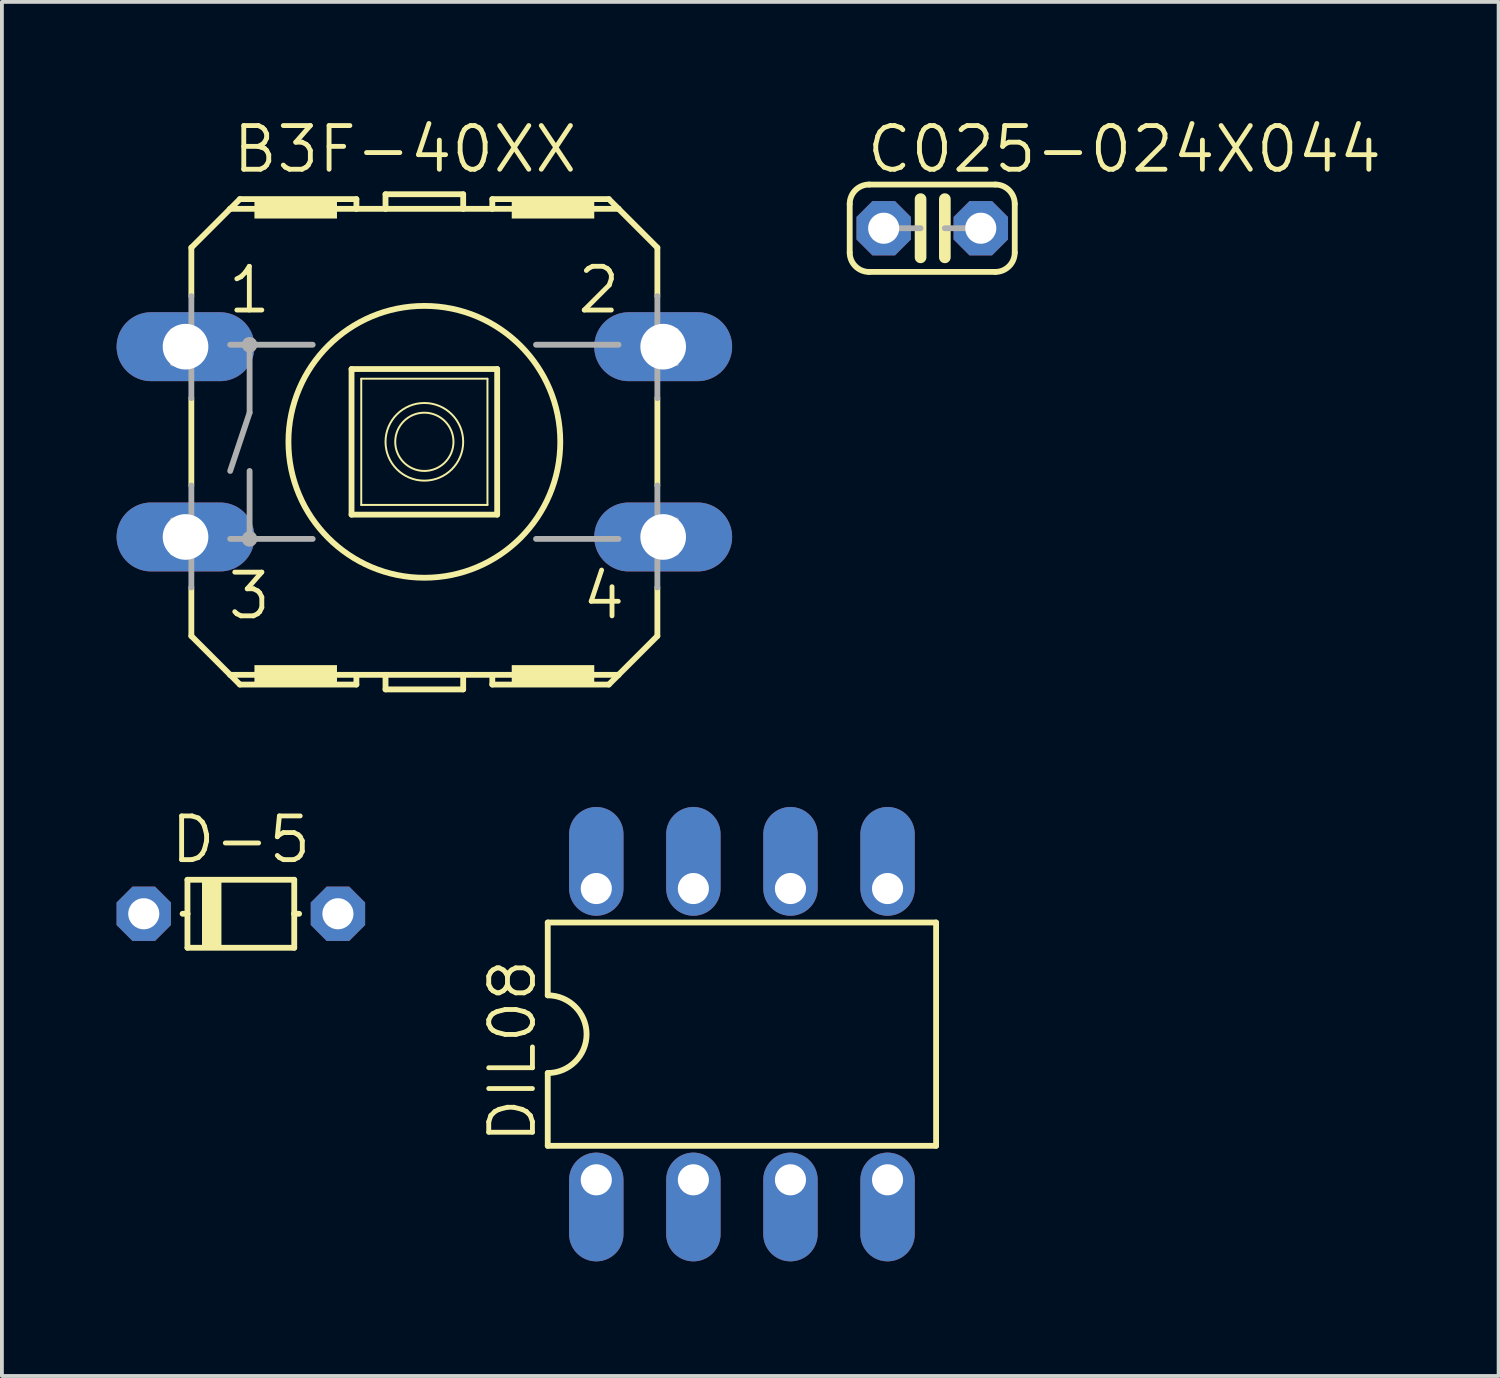
<source format=kicad_pcb>
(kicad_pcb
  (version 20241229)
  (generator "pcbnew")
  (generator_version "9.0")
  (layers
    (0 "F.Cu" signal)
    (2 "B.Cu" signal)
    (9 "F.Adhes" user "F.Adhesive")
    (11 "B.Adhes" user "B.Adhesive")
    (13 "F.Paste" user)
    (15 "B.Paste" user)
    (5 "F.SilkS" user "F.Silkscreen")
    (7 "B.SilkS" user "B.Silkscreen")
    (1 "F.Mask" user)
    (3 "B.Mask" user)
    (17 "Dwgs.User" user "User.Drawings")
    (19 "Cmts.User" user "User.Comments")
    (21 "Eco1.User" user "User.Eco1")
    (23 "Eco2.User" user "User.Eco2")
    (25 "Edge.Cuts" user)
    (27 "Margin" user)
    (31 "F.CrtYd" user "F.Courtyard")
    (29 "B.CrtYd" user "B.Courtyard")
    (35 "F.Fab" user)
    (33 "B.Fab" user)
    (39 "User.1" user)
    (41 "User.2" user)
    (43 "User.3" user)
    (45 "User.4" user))
  (footprint "C025-024X044"
    (layer "F.Cu")
    (at 21.339 2.921)
    (property "Reference" "C025-024X044" (at -1.778 -1.397 0) (layer "F.SilkS") (effects (font (size 1.143 1.143) (thickness 0.127)) (justify left bottom)))
    (fp_line (start -2.159 0.635) (end -2.159 -0.635) (stroke (width 0.152) (type solid)) (layer "F.SilkS"))
    (fp_line (start -0.305 -0.762) (end -0.305 0.762) (stroke (width 0.305) (type solid)) (layer "F.SilkS"))
    (fp_line (start 0.33 -0.762) (end 0.33 0.762) (stroke (width 0.305) (type solid)) (layer "F.SilkS"))
    (fp_line (start 1.651 -1.143) (end -1.651 -1.143) (stroke (width 0.152) (type solid)) (layer "F.SilkS"))
    (fp_line (start 1.651 1.143) (end -1.651 1.143) (stroke (width 0.152) (type solid)) (layer "F.SilkS"))
    (fp_line (start 2.159 0.635) (end 2.159 -0.635) (stroke (width 0.152) (type solid)) (layer "F.SilkS"))
    (fp_arc (start -2.159 -0.635) (mid -2.01021 -0.99421) (end -1.651 -1.143) (stroke (width 0.1524) (type solid)) (layer "F.SilkS"))
    (fp_arc (start -1.651 1.143) (mid -2.01021 0.99421) (end -2.159 0.635) (stroke (width 0.1524) (type solid)) (layer "F.SilkS"))
    (fp_arc (start 1.651 -1.143) (mid 2.01021 -0.99421) (end 2.159 -0.635) (stroke (width 0.1524) (type solid)) (layer "F.SilkS"))
    (fp_arc (start 2.159 0.635) (mid 2.01021 0.99421) (end 1.651 1.143) (stroke (width 0.1524) (type solid)) (layer "F.SilkS"))
    (fp_line (start -1.27 0) (end -0.305 0) (stroke (width 0.152) (type solid)) (layer "F.Fab"))
    (fp_line (start 1.27 0) (end 0.33 0) (stroke (width 0.152) (type solid)) (layer "F.Fab"))
    (pad "1" thru_hole roundrect (at -1.27 0) (size 1.422 1.422) (drill 0.813) (layers "*.Cu" "*.Mask") (roundrect_rratio 0.25) (chamfer_ratio 0.293) (chamfer top_left top_right bottom_left bottom_right))
    (pad "2" thru_hole roundrect (at 1.27 0) (size 1.422 1.422) (drill 0.813) (layers "*.Cu" "*.Mask") (roundrect_rratio 0.25) (chamfer_ratio 0.293) (chamfer top_left top_right bottom_left bottom_right)))
  (footprint "DIL08"
    (layer "F.Cu")
    (at 16.36 24.006)
    (property "Reference" "DIL08" (at -5.334 2.921 90) (layer "F.SilkS") (effects (font (size 1.143 1.143) (thickness 0.127)) (justify left bottom)))
    (fp_line (start -5.08 -2.921) (end -5.08 -1.016) (stroke (width 0.152) (type solid)) (layer "F.SilkS"))
    (fp_line (start -5.08 2.921) (end -5.08 1.016) (stroke (width 0.152) (type solid)) (layer "F.SilkS"))
    (fp_line (start -5.08 2.921) (end 5.08 2.921) (stroke (width 0.152) (type solid)) (layer "F.SilkS"))
    (fp_line (start 5.08 -2.921) (end -5.08 -2.921) (stroke (width 0.152) (type solid)) (layer "F.SilkS"))
    (fp_line (start 5.08 -2.921) (end 5.08 2.921) (stroke (width 0.152) (type solid)) (layer "F.SilkS"))
    (fp_arc (start -5.08 -1.016) (mid -4.064 0) (end -5.08 1.016) (stroke (width 0.1524) (type solid)) (layer "F.SilkS"))
    (pad "1" thru_hole oval (at -3.81 3.81 270) (size 2.845 1.422) (drill 0.813 (offset 0.711 0)) (layers "*.Cu" "*.Mask"))
    (pad "2" thru_hole oval (at -1.27 3.81 270) (size 2.845 1.422) (drill 0.813 (offset 0.711 0)) (layers "*.Cu" "*.Mask"))
    (pad "3" thru_hole oval (at 1.27 3.81 270) (size 2.845 1.422) (drill 0.813 (offset 0.711 0)) (layers "*.Cu" "*.Mask"))
    (pad "4" thru_hole oval (at 3.81 3.81 270) (size 2.845 1.422) (drill 0.813 (offset 0.711 0)) (layers "*.Cu" "*.Mask"))
    (pad "5" thru_hole oval (at 3.81 -3.81 90) (size 2.845 1.422) (drill 0.813 (offset 0.711 0)) (layers "*.Cu" "*.Mask"))
    (pad "6" thru_hole oval (at 1.27 -3.81 90) (size 2.845 1.422) (drill 0.813 (offset 0.711 0)) (layers "*.Cu" "*.Mask"))
    (pad "7" thru_hole oval (at -1.27 -3.81 90) (size 2.845 1.422) (drill 0.813 (offset 0.711 0)) (layers "*.Cu" "*.Mask"))
    (pad "8" thru_hole oval (at -3.81 -3.81 90) (size 2.845 1.422) (drill 0.813 (offset 0.711 0)) (layers "*.Cu" "*.Mask")))
  (footprint "D-5"
    (layer "F.Cu")
    (at 3.251 20.856)
    (property "Reference" "D-5" (at -1.905 -1.27 0) (layer "F.SilkS") (effects (font (size 1.143 1.143) (thickness 0.127)) (justify left bottom)))
    (fp_line (start -1.397 -0.889) (end -1.397 0) (stroke (width 0.152) (type solid)) (layer "F.SilkS"))
    (fp_line (start -1.397 0) (end -1.524 0) (stroke (width 0.152) (type solid)) (layer "F.SilkS"))
    (fp_line (start -1.397 0) (end -1.397 0.889) (stroke (width 0.152) (type solid)) (layer "F.SilkS"))
    (fp_line (start -1.397 0.889) (end 1.397 0.889) (stroke (width 0.152) (type solid)) (layer "F.SilkS"))
    (fp_line (start 1.397 -0.889) (end -1.397 -0.889) (stroke (width 0.152) (type solid)) (layer "F.SilkS"))
    (fp_line (start 1.397 0) (end 1.397 -0.889) (stroke (width 0.152) (type solid)) (layer "F.SilkS"))
    (fp_line (start 1.397 0.889) (end 1.397 0) (stroke (width 0.152) (type solid)) (layer "F.SilkS"))
    (fp_line (start 1.524 0) (end 1.397 0) (stroke (width 0.152) (type solid)) (layer "F.SilkS"))
    (fp_poly (pts (xy -1.016 0.889) (xy -0.508 0.889) (xy -0.508 -0.889) (xy -1.016 -0.889)) (stroke (width 0) (type default)) (fill yes) (layer "F.SilkS"))
    (pad "A" thru_hole roundrect (at 2.54 0) (size 1.422 1.422) (drill 0.813) (layers "*.Cu" "*.Mask") (roundrect_rratio 0.25) (chamfer_ratio 0.293) (chamfer top_left top_right bottom_left bottom_right))
    (pad "C" thru_hole roundrect (at -2.54 0) (size 1.422 1.422) (drill 0.813) (layers "*.Cu" "*.Mask") (roundrect_rratio 0.25) (chamfer_ratio 0.293) (chamfer top_left top_right bottom_left bottom_right)))
  (footprint "B3F-40XX"
    (layer "F.Cu")
    (at 8.052 8.509)
    (property "Reference" "B3F-40XX" (at -5.08 -6.985 0) (layer "F.SilkS") (effects (font (size 1.143 1.143) (thickness 0.127)) (justify left bottom)))
    (fp_line (start -6.096 -5.08) (end -6.096 -3.81) (stroke (width 0.152) (type solid)) (layer "F.SilkS"))
    (fp_line (start -6.096 -1.143) (end -6.096 1.143) (stroke (width 0.152) (type solid)) (layer "F.SilkS"))
    (fp_line (start -6.096 3.81) (end -6.096 5.08) (stroke (width 0.152) (type solid)) (layer "F.SilkS"))
    (fp_line (start -6.096 5.08) (end -5.08 6.096) (stroke (width 0.152) (type solid)) (layer "F.SilkS"))
    (fp_line (start -5.08 -6.096) (end -6.096 -5.08) (stroke (width 0.152) (type solid)) (layer "F.SilkS"))
    (fp_line (start -5.08 -6.096) (end -4.826 -6.35) (stroke (width 0.152) (type solid)) (layer "F.SilkS"))
    (fp_line (start -5.08 -6.096) (end -1.778 -6.096) (stroke (width 0.152) (type solid)) (layer "F.SilkS"))
    (fp_line (start -5.08 6.096) (end -1.778 6.096) (stroke (width 0.152) (type solid)) (layer "F.SilkS"))
    (fp_line (start -4.826 6.35) (end -5.08 6.096) (stroke (width 0.152) (type solid)) (layer "F.SilkS"))
    (fp_line (start -1.905 -1.905) (end -1.905 1.905) (stroke (width 0.152) (type solid)) (layer "F.SilkS"))
    (fp_line (start -1.905 -1.905) (end 1.905 -1.905) (stroke (width 0.152) (type solid)) (layer "F.SilkS"))
    (fp_line (start -1.778 -6.35) (end -4.826 -6.35) (stroke (width 0.152) (type solid)) (layer "F.SilkS"))
    (fp_line (start -1.778 -6.35) (end -1.778 -6.096) (stroke (width 0.152) (type solid)) (layer "F.SilkS"))
    (fp_line (start -1.778 -6.096) (end -1.016 -6.096) (stroke (width 0.152) (type solid)) (layer "F.SilkS"))
    (fp_line (start -1.778 6.096) (end -1.778 6.35) (stroke (width 0.152) (type solid)) (layer "F.SilkS"))
    (fp_line (start -1.778 6.096) (end -1.016 6.096) (stroke (width 0.152) (type solid)) (layer "F.SilkS"))
    (fp_line (start -1.778 6.35) (end -4.826 6.35) (stroke (width 0.152) (type solid)) (layer "F.SilkS"))
    (fp_line (start -1.651 -1.651) (end -1.651 1.651) (stroke (width 0.051) (type solid)) (layer "F.SilkS"))
    (fp_line (start -1.651 -1.651) (end 1.651 -1.651) (stroke (width 0.051) (type solid)) (layer "F.SilkS"))
    (fp_line (start -1.016 -6.477) (end 1.016 -6.477) (stroke (width 0.152) (type solid)) (layer "F.SilkS"))
    (fp_line (start -1.016 -6.096) (end -1.016 -6.477) (stroke (width 0.152) (type solid)) (layer "F.SilkS"))
    (fp_line (start -1.016 -6.096) (end 1.016 -6.096) (stroke (width 0.152) (type solid)) (layer "F.SilkS"))
    (fp_line (start -1.016 6.096) (end 1.016 6.096) (stroke (width 0.152) (type solid)) (layer "F.SilkS"))
    (fp_line (start -1.016 6.477) (end -1.016 6.096) (stroke (width 0.152) (type solid)) (layer "F.SilkS"))
    (fp_line (start -1.016 6.477) (end 1.016 6.477) (stroke (width 0.152) (type solid)) (layer "F.SilkS"))
    (fp_line (start 1.016 -6.477) (end 1.016 -6.096) (stroke (width 0.152) (type solid)) (layer "F.SilkS"))
    (fp_line (start 1.016 6.096) (end 1.016 6.477) (stroke (width 0.152) (type solid)) (layer "F.SilkS"))
    (fp_line (start 1.016 6.096) (end 1.778 6.096) (stroke (width 0.152) (type solid)) (layer "F.SilkS"))
    (fp_line (start 1.651 1.651) (end -1.651 1.651) (stroke (width 0.051) (type solid)) (layer "F.SilkS"))
    (fp_line (start 1.651 1.651) (end 1.651 -1.651) (stroke (width 0.051) (type solid)) (layer "F.SilkS"))
    (fp_line (start 1.778 -6.35) (end 1.778 -6.096) (stroke (width 0.152) (type solid)) (layer "F.SilkS"))
    (fp_line (start 1.778 -6.096) (end 1.016 -6.096) (stroke (width 0.152) (type solid)) (layer "F.SilkS"))
    (fp_line (start 1.778 6.096) (end 1.778 6.35) (stroke (width 0.152) (type solid)) (layer "F.SilkS"))
    (fp_line (start 1.778 6.096) (end 5.08 6.096) (stroke (width 0.152) (type solid)) (layer "F.SilkS"))
    (fp_line (start 1.905 1.905) (end -1.905 1.905) (stroke (width 0.152) (type solid)) (layer "F.SilkS"))
    (fp_line (start 1.905 1.905) (end 1.905 -1.905) (stroke (width 0.152) (type solid)) (layer "F.SilkS"))
    (fp_line (start 4.826 -6.35) (end 1.778 -6.35) (stroke (width 0.152) (type solid)) (layer "F.SilkS"))
    (fp_line (start 4.826 6.35) (end 1.778 6.35) (stroke (width 0.152) (type solid)) (layer "F.SilkS"))
    (fp_line (start 5.08 -6.096) (end 1.778 -6.096) (stroke (width 0.152) (type solid)) (layer "F.SilkS"))
    (fp_line (start 5.08 -6.096) (end 4.826 -6.35) (stroke (width 0.152) (type solid)) (layer "F.SilkS"))
    (fp_line (start 5.08 6.096) (end 4.826 6.35) (stroke (width 0.152) (type solid)) (layer "F.SilkS"))
    (fp_line (start 5.08 6.096) (end 6.096 5.08) (stroke (width 0.152) (type solid)) (layer "F.SilkS"))
    (fp_line (start 6.096 -5.08) (end 5.08 -6.096) (stroke (width 0.152) (type solid)) (layer "F.SilkS"))
    (fp_line (start 6.096 -5.08) (end 6.096 -3.81) (stroke (width 0.152) (type solid)) (layer "F.SilkS"))
    (fp_line (start 6.096 -1.143) (end 6.096 1.143) (stroke (width 0.152) (type solid)) (layer "F.SilkS"))
    (fp_line (start 6.096 5.08) (end 6.096 3.81) (stroke (width 0.152) (type solid)) (layer "F.SilkS"))
    (fp_circle (center 0 0) (end 0.762 0) (stroke (width 0.051) (type solid)) (fill no) (layer "F.SilkS"))
    (fp_circle (center 0 0) (end 1.016 0) (stroke (width 0.051) (type solid)) (fill no) (layer "F.SilkS"))
    (fp_circle (center 0 0) (end 3.556 0) (stroke (width 0.152) (type solid)) (fill no) (layer "F.SilkS"))
    (fp_poly (pts (xy -4.445 -5.842) (xy -2.286 -5.842) (xy -2.286 -6.35) (xy -4.445 -6.35)) (stroke (width 0) (type default)) (fill yes) (layer "F.SilkS"))
    (fp_poly (pts (xy -4.445 6.35) (xy -2.286 6.35) (xy -2.286 5.842) (xy -4.445 5.842)) (stroke (width 0) (type default)) (fill yes) (layer "F.SilkS"))
    (fp_poly (pts (xy 2.286 -5.842) (xy 4.445 -5.842) (xy 4.445 -6.35) (xy 2.286 -6.35)) (stroke (width 0) (type default)) (fill yes) (layer "F.SilkS"))
    (fp_poly (pts (xy 2.286 6.35) (xy 4.445 6.35) (xy 4.445 5.842) (xy 2.286 5.842)) (stroke (width 0) (type default)) (fill yes) (layer "F.SilkS"))
    (fp_line (start -6.096 -1.143) (end -6.096 -3.81) (stroke (width 0.152) (type solid)) (layer "F.Fab"))
    (fp_line (start -6.096 3.81) (end -6.096 1.143) (stroke (width 0.152) (type solid)) (layer "F.Fab"))
    (fp_line (start -5.08 -2.54) (end -4.572 -2.54) (stroke (width 0.152) (type solid)) (layer "F.Fab"))
    (fp_line (start -5.08 2.54) (end -4.572 2.54) (stroke (width 0.152) (type solid)) (layer "F.Fab"))
    (fp_line (start -4.572 -2.54) (end -4.572 -0.762) (stroke (width 0.152) (type solid)) (layer "F.Fab"))
    (fp_line (start -4.572 -2.54) (end -2.921 -2.54) (stroke (width 0.152) (type solid)) (layer "F.Fab"))
    (fp_line (start -4.572 -0.762) (end -5.08 0.762) (stroke (width 0.152) (type solid)) (layer "F.Fab"))
    (fp_line (start -4.572 0.762) (end -4.572 2.54) (stroke (width 0.152) (type solid)) (layer "F.Fab"))
    (fp_line (start -4.572 2.54) (end -2.921 2.54) (stroke (width 0.152) (type solid)) (layer "F.Fab"))
    (fp_line (start 2.921 -2.54) (end 5.08 -2.54) (stroke (width 0.152) (type solid)) (layer "F.Fab"))
    (fp_line (start 2.921 2.54) (end 5.08 2.54) (stroke (width 0.152) (type solid)) (layer "F.Fab"))
    (fp_line (start 6.096 -1.143) (end 6.096 -3.81) (stroke (width 0.152) (type solid)) (layer "F.Fab"))
    (fp_line (start 6.096 3.81) (end 6.096 1.143) (stroke (width 0.152) (type solid)) (layer "F.Fab"))
    (fp_circle (center -4.572 -2.54) (end -4.445 -2.54) (stroke (width 0.152) (type solid)) (fill no) (layer "F.Fab"))
    (fp_circle (center -4.572 2.54) (end -4.445 2.54) (stroke (width 0.152) (type solid)) (fill no) (layer "F.Fab"))
    (fp_poly (pts (xy -6.604 -2.032) (xy -6.096 -2.032) (xy -6.096 -2.921) (xy -6.604 -2.921)) (stroke (width 0.1) (type default)) (fill no) (layer "F.Fab"))
    (fp_poly (pts (xy -6.604 2.921) (xy -6.096 2.921) (xy -6.096 2.032) (xy -6.604 2.032)) (stroke (width 0.1) (type default)) (fill no) (layer "F.Fab"))
    (fp_poly (pts (xy 6.096 -2.032) (xy 6.604 -2.032) (xy 6.604 -2.921) (xy 6.096 -2.921)) (stroke (width 0.1) (type default)) (fill no) (layer "F.Fab"))
    (fp_poly (pts (xy 6.096 2.921) (xy 6.604 2.921) (xy 6.604 2.032) (xy 6.096 2.032)) (stroke (width 0.1) (type default)) (fill no) (layer "F.Fab"))
    (fp_text user "4" (at 4.064 4.699 0) (layer "F.SilkS") (effects (font (size 1.143 1.143) (thickness 0.127)) (justify left bottom)))
    (fp_text user "3" (at -5.207 4.699 0) (layer "F.SilkS") (effects (font (size 1.143 1.143) (thickness 0.127)) (justify left bottom)))
    (fp_text user "1" (at -5.207 -3.302 0) (layer "F.SilkS") (effects (font (size 1.143 1.143) (thickness 0.127)) (justify left bottom)))
    (fp_text user "2" (at 3.937 -3.302 0) (layer "F.SilkS") (effects (font (size 1.143 1.143) (thickness 0.127)) (justify left bottom)))
    (pad "1" thru_hole oval (at -6.248 -2.489) (size 3.607 1.803) (drill 1.194) (layers "*.Cu" "*.Mask"))
    (pad "2" thru_hole oval (at 6.248 -2.489) (size 3.607 1.803) (drill 1.194) (layers "*.Cu" "*.Mask"))
    (pad "3" thru_hole oval (at -6.248 2.489) (size 3.607 1.803) (drill 1.194) (layers "*.Cu" "*.Mask"))
    (pad "4" thru_hole oval (at 6.248 2.489) (size 3.607 1.803) (drill 1.194) (layers "*.Cu" "*.Mask")))
  (gr_rect
    (start -3 -3)
    (end 36.157 32.949)
    (stroke (width 0.1) (type default))
    (fill no)
    (layer "Edge.Cuts")))
</source>
